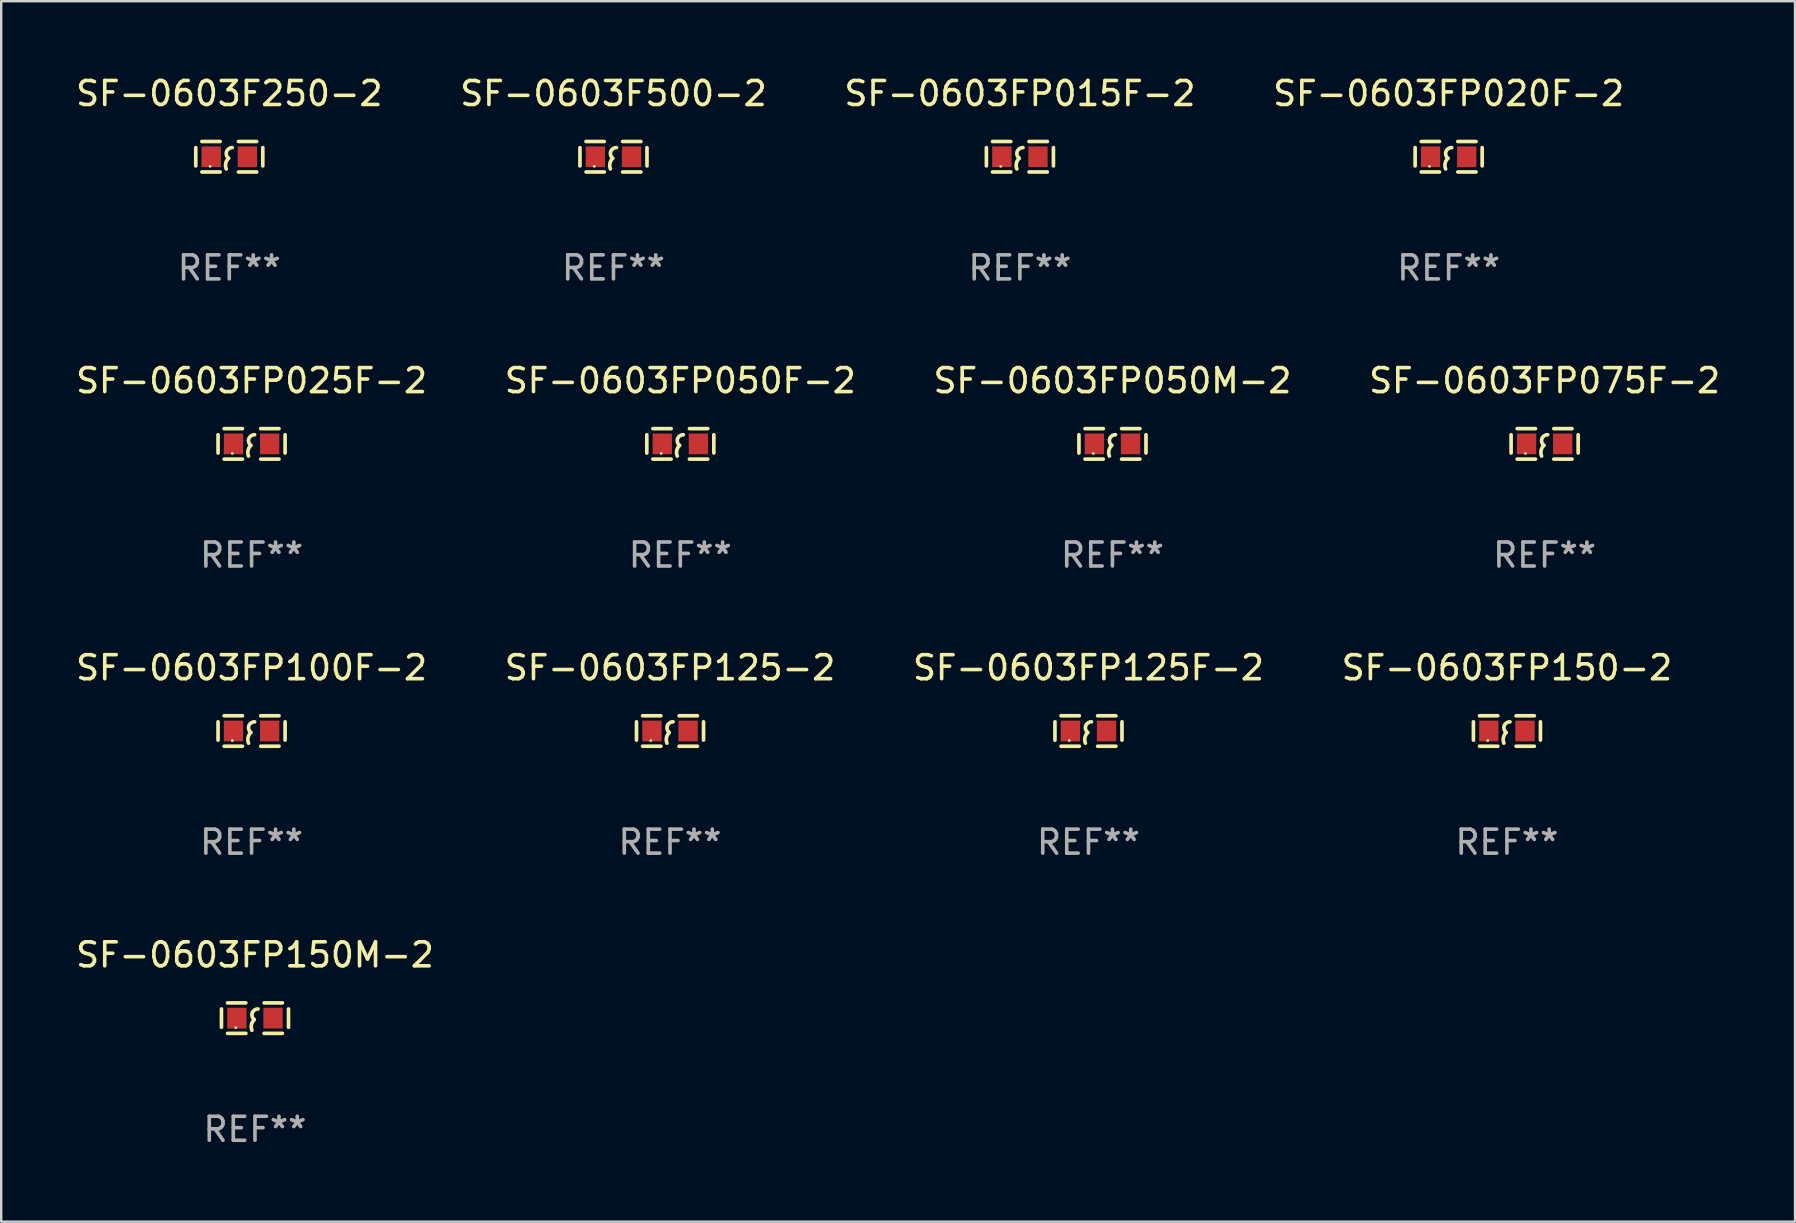
<source format=kicad_pcb>
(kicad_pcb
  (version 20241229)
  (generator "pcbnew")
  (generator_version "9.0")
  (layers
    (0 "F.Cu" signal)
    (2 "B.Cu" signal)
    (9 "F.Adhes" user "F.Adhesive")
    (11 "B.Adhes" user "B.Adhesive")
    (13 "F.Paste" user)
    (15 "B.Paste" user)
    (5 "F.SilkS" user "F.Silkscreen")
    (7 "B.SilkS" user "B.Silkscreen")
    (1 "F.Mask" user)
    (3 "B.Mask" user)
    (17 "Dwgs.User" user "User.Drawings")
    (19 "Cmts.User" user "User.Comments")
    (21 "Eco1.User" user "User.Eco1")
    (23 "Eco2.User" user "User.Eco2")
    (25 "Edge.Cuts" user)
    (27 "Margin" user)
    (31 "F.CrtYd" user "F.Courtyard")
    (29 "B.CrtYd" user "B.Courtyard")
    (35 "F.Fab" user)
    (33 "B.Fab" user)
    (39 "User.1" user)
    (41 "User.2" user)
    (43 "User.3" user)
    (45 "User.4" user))
  (footprint "SF-0603FP075F-2"
    (layer "F.Cu")
    (at 61.327 15.45)
    (property "Reference" "SF-0603FP075F-2" (at 0 -2.635 0) (layer "F.SilkS") (effects (font (size 1 1) (thickness 0.15))))
    (attr through_hole)
    (fp_line (start -1.397 -0.381) (end -1.397 0.381) (stroke (width 0.152) (type solid)) (layer "F.SilkS"))
    (fp_line (start -0.381 -0.635) (end -1.143 -0.635) (stroke (width 0.152) (type solid)) (layer "F.SilkS"))
    (fp_line (start -0.381 0.635) (end -1.143 0.635) (stroke (width 0.152) (type solid)) (layer "F.SilkS"))
    (fp_line (start 0.381 -0.635) (end 1.143 -0.635) (stroke (width 0.152) (type solid)) (layer "F.SilkS"))
    (fp_line (start 0.381 0.635) (end 1.143 0.635) (stroke (width 0.152) (type solid)) (layer "F.SilkS"))
    (fp_line (start 1.397 -0.381) (end 1.397 0.381) (stroke (width 0.152) (type solid)) (layer "F.SilkS"))
    (fp_arc (start -0.127 0.508001) (mid -0.146523 0.271131) (end -0.030861 0.0635) (stroke (width 0.151994) (type solid)) (layer "F.SilkS"))
    (fp_arc (start -0.03175 0.0635) (mid -0.113571 -0.216321) (end 0.127001 -0.381002) (stroke (width 0.151994) (type solid)) (layer "F.SilkS"))
    (fp_circle (center -0.8 0.4) (end -0.77 0.4) (stroke (width 0.06) (type solid)) (fill no) (layer "F.SilkS"))
    (fp_text user "REF**" (at 0 4.635 0) (layer "F.Fab") (effects (font (size 1 1) (thickness 0.15))))
    (pad "1" smd rect (at -0.753 0) (size 0.806 0.864) (layers "F.Cu" "F.Mask" "F.Paste"))
    (pad "2" smd rect (at 0.753 0) (size 0.806 0.864) (layers "F.Cu" "F.Mask" "F.Paste")))
  (footprint "SF-0603FP025F-2"
    (layer "F.Cu")
    (at 7.435 15.45)
    (property "Reference" "SF-0603FP025F-2" (at 0 -2.635 0) (layer "F.SilkS") (effects (font (size 1 1) (thickness 0.15))))
    (attr through_hole)
    (fp_line (start -1.397 -0.381) (end -1.397 0.381) (stroke (width 0.152) (type solid)) (layer "F.SilkS"))
    (fp_line (start -0.381 -0.635) (end -1.143 -0.635) (stroke (width 0.152) (type solid)) (layer "F.SilkS"))
    (fp_line (start -0.381 0.635) (end -1.143 0.635) (stroke (width 0.152) (type solid)) (layer "F.SilkS"))
    (fp_line (start 0.381 -0.635) (end 1.143 -0.635) (stroke (width 0.152) (type solid)) (layer "F.SilkS"))
    (fp_line (start 0.381 0.635) (end 1.143 0.635) (stroke (width 0.152) (type solid)) (layer "F.SilkS"))
    (fp_line (start 1.397 -0.381) (end 1.397 0.381) (stroke (width 0.152) (type solid)) (layer "F.SilkS"))
    (fp_arc (start -0.127 0.508001) (mid -0.146523 0.271131) (end -0.030861 0.0635) (stroke (width 0.151994) (type solid)) (layer "F.SilkS"))
    (fp_arc (start -0.03175 0.0635) (mid -0.113571 -0.216321) (end 0.127001 -0.381002) (stroke (width 0.151994) (type solid)) (layer "F.SilkS"))
    (fp_circle (center -0.8 0.4) (end -0.77 0.4) (stroke (width 0.06) (type solid)) (fill no) (layer "F.SilkS"))
    (fp_text user "REF**" (at 0 4.635 0) (layer "F.Fab") (effects (font (size 1 1) (thickness 0.15))))
    (pad "1" smd rect (at -0.753 0) (size 0.806 0.864) (layers "F.Cu" "F.Mask" "F.Paste"))
    (pad "2" smd rect (at 0.753 0) (size 0.806 0.864) (layers "F.Cu" "F.Mask" "F.Paste")))
  (footprint "SF-0603FP150M-2"
    (layer "F.Cu")
    (at 7.577 39.383)
    (property "Reference" "SF-0603FP150M-2" (at 0 -2.635 0) (layer "F.SilkS") (effects (font (size 1 1) (thickness 0.15))))
    (attr through_hole)
    (fp_line (start -1.397 -0.381) (end -1.397 0.381) (stroke (width 0.152) (type solid)) (layer "F.SilkS"))
    (fp_line (start -0.381 -0.635) (end -1.143 -0.635) (stroke (width 0.152) (type solid)) (layer "F.SilkS"))
    (fp_line (start -0.381 0.635) (end -1.143 0.635) (stroke (width 0.152) (type solid)) (layer "F.SilkS"))
    (fp_line (start 0.381 -0.635) (end 1.143 -0.635) (stroke (width 0.152) (type solid)) (layer "F.SilkS"))
    (fp_line (start 0.381 0.635) (end 1.143 0.635) (stroke (width 0.152) (type solid)) (layer "F.SilkS"))
    (fp_line (start 1.397 -0.381) (end 1.397 0.381) (stroke (width 0.152) (type solid)) (layer "F.SilkS"))
    (fp_arc (start -0.127 0.508001) (mid -0.146523 0.271131) (end -0.030861 0.0635) (stroke (width 0.151994) (type solid)) (layer "F.SilkS"))
    (fp_arc (start -0.03175 0.0635) (mid -0.113571 -0.216321) (end 0.127001 -0.381002) (stroke (width 0.151994) (type solid)) (layer "F.SilkS"))
    (fp_circle (center -0.8 0.4) (end -0.77 0.4) (stroke (width 0.06) (type solid)) (fill no) (layer "F.SilkS"))
    (fp_text user "REF**" (at 0 4.635 0) (layer "F.Fab") (effects (font (size 1 1) (thickness 0.15))))
    (pad "1" smd rect (at -0.753 0) (size 0.806 0.864) (layers "F.Cu" "F.Mask" "F.Paste"))
    (pad "2" smd rect (at 0.753 0) (size 0.806 0.864) (layers "F.Cu" "F.Mask" "F.Paste")))
  (footprint "SF-0603FP020F-2"
    (layer "F.Cu")
    (at 57.327 3.483)
    (property "Reference" "SF-0603FP020F-2" (at 0 -2.635 0) (layer "F.SilkS") (effects (font (size 1 1) (thickness 0.15))))
    (attr through_hole)
    (fp_line (start -1.397 -0.381) (end -1.397 0.381) (stroke (width 0.152) (type solid)) (layer "F.SilkS"))
    (fp_line (start -0.381 -0.635) (end -1.143 -0.635) (stroke (width 0.152) (type solid)) (layer "F.SilkS"))
    (fp_line (start -0.381 0.635) (end -1.143 0.635) (stroke (width 0.152) (type solid)) (layer "F.SilkS"))
    (fp_line (start 0.381 -0.635) (end 1.143 -0.635) (stroke (width 0.152) (type solid)) (layer "F.SilkS"))
    (fp_line (start 0.381 0.635) (end 1.143 0.635) (stroke (width 0.152) (type solid)) (layer "F.SilkS"))
    (fp_line (start 1.397 -0.381) (end 1.397 0.381) (stroke (width 0.152) (type solid)) (layer "F.SilkS"))
    (fp_arc (start -0.127 0.508001) (mid -0.146523 0.271131) (end -0.030861 0.0635) (stroke (width 0.151994) (type solid)) (layer "F.SilkS"))
    (fp_arc (start -0.03175 0.0635) (mid -0.113571 -0.216321) (end 0.127001 -0.381002) (stroke (width 0.151994) (type solid)) (layer "F.SilkS"))
    (fp_circle (center -0.8 0.4) (end -0.77 0.4) (stroke (width 0.06) (type solid)) (fill no) (layer "F.SilkS"))
    (fp_text user "REF**" (at 0 4.635 0) (layer "F.Fab") (effects (font (size 1 1) (thickness 0.15))))
    (pad "1" smd rect (at -0.753 0) (size 0.806 0.864) (layers "F.Cu" "F.Mask" "F.Paste"))
    (pad "2" smd rect (at 0.753 0) (size 0.806 0.864) (layers "F.Cu" "F.Mask" "F.Paste")))
  (footprint "SF-0603FP100F-2"
    (layer "F.Cu")
    (at 7.435 27.416)
    (property "Reference" "SF-0603FP100F-2" (at 0 -2.635 0) (layer "F.SilkS") (effects (font (size 1 1) (thickness 0.15))))
    (attr through_hole)
    (fp_line (start -1.397 -0.381) (end -1.397 0.381) (stroke (width 0.152) (type solid)) (layer "F.SilkS"))
    (fp_line (start -0.381 -0.635) (end -1.143 -0.635) (stroke (width 0.152) (type solid)) (layer "F.SilkS"))
    (fp_line (start -0.381 0.635) (end -1.143 0.635) (stroke (width 0.152) (type solid)) (layer "F.SilkS"))
    (fp_line (start 0.381 -0.635) (end 1.143 -0.635) (stroke (width 0.152) (type solid)) (layer "F.SilkS"))
    (fp_line (start 0.381 0.635) (end 1.143 0.635) (stroke (width 0.152) (type solid)) (layer "F.SilkS"))
    (fp_line (start 1.397 -0.381) (end 1.397 0.381) (stroke (width 0.152) (type solid)) (layer "F.SilkS"))
    (fp_arc (start -0.127 0.508001) (mid -0.146523 0.271131) (end -0.030861 0.0635) (stroke (width 0.151994) (type solid)) (layer "F.SilkS"))
    (fp_arc (start -0.03175 0.0635) (mid -0.113571 -0.216321) (end 0.127001 -0.381002) (stroke (width 0.151994) (type solid)) (layer "F.SilkS"))
    (fp_circle (center -0.8 0.4) (end -0.77 0.4) (stroke (width 0.06) (type solid)) (fill no) (layer "F.SilkS"))
    (fp_text user "REF**" (at 0 4.635 0) (layer "F.Fab") (effects (font (size 1 1) (thickness 0.15))))
    (pad "1" smd rect (at -0.753 0) (size 0.806 0.864) (layers "F.Cu" "F.Mask" "F.Paste"))
    (pad "2" smd rect (at 0.753 0) (size 0.806 0.864) (layers "F.Cu" "F.Mask" "F.Paste")))
  (footprint "SF-0603FP125-2"
    (layer "F.Cu")
    (at 24.875 27.416)
    (property "Reference" "SF-0603FP125-2" (at 0 -2.635 0) (layer "F.SilkS") (effects (font (size 1 1) (thickness 0.15))))
    (attr through_hole)
    (fp_line (start -1.397 -0.381) (end -1.397 0.381) (stroke (width 0.152) (type solid)) (layer "F.SilkS"))
    (fp_line (start -0.381 -0.635) (end -1.143 -0.635) (stroke (width 0.152) (type solid)) (layer "F.SilkS"))
    (fp_line (start -0.381 0.635) (end -1.143 0.635) (stroke (width 0.152) (type solid)) (layer "F.SilkS"))
    (fp_line (start 0.381 -0.635) (end 1.143 -0.635) (stroke (width 0.152) (type solid)) (layer "F.SilkS"))
    (fp_line (start 0.381 0.635) (end 1.143 0.635) (stroke (width 0.152) (type solid)) (layer "F.SilkS"))
    (fp_line (start 1.397 -0.381) (end 1.397 0.381) (stroke (width 0.152) (type solid)) (layer "F.SilkS"))
    (fp_arc (start -0.127 0.508001) (mid -0.146523 0.271131) (end -0.030861 0.0635) (stroke (width 0.151994) (type solid)) (layer "F.SilkS"))
    (fp_arc (start -0.03175 0.0635) (mid -0.113571 -0.216321) (end 0.127001 -0.381002) (stroke (width 0.151994) (type solid)) (layer "F.SilkS"))
    (fp_circle (center -0.8 0.4) (end -0.77 0.4) (stroke (width 0.06) (type solid)) (fill no) (layer "F.SilkS"))
    (fp_text user "REF**" (at 0 4.635 0) (layer "F.Fab") (effects (font (size 1 1) (thickness 0.15))))
    (pad "1" smd rect (at -0.753 0) (size 0.806 0.864) (layers "F.Cu" "F.Mask" "F.Paste"))
    (pad "2" smd rect (at 0.753 0) (size 0.806 0.864) (layers "F.Cu" "F.Mask" "F.Paste")))
  (footprint "SF-0603FP150-2"
    (layer "F.Cu")
    (at 59.756 27.416)
    (property "Reference" "SF-0603FP150-2" (at 0 -2.635 0) (layer "F.SilkS") (effects (font (size 1 1) (thickness 0.15))))
    (attr through_hole)
    (fp_line (start -1.397 -0.381) (end -1.397 0.381) (stroke (width 0.152) (type solid)) (layer "F.SilkS"))
    (fp_line (start -0.381 -0.635) (end -1.143 -0.635) (stroke (width 0.152) (type solid)) (layer "F.SilkS"))
    (fp_line (start -0.381 0.635) (end -1.143 0.635) (stroke (width 0.152) (type solid)) (layer "F.SilkS"))
    (fp_line (start 0.381 -0.635) (end 1.143 -0.635) (stroke (width 0.152) (type solid)) (layer "F.SilkS"))
    (fp_line (start 0.381 0.635) (end 1.143 0.635) (stroke (width 0.152) (type solid)) (layer "F.SilkS"))
    (fp_line (start 1.397 -0.381) (end 1.397 0.381) (stroke (width 0.152) (type solid)) (layer "F.SilkS"))
    (fp_arc (start -0.127 0.508001) (mid -0.146523 0.271131) (end -0.030861 0.0635) (stroke (width 0.151994) (type solid)) (layer "F.SilkS"))
    (fp_arc (start -0.03175 0.0635) (mid -0.113571 -0.216321) (end 0.127001 -0.381002) (stroke (width 0.151994) (type solid)) (layer "F.SilkS"))
    (fp_circle (center -0.8 0.4) (end -0.77 0.4) (stroke (width 0.06) (type solid)) (fill no) (layer "F.SilkS"))
    (fp_text user "REF**" (at 0 4.635 0) (layer "F.Fab") (effects (font (size 1 1) (thickness 0.15))))
    (pad "1" smd rect (at -0.753 0) (size 0.806 0.864) (layers "F.Cu" "F.Mask" "F.Paste"))
    (pad "2" smd rect (at 0.753 0) (size 0.806 0.864) (layers "F.Cu" "F.Mask" "F.Paste")))
  (footprint "SF-0603F500-2"
    (layer "F.Cu")
    (at 22.518 3.483)
    (property "Reference" "SF-0603F500-2" (at 0 -2.635 0) (layer "F.SilkS") (effects (font (size 1 1) (thickness 0.15))))
    (attr through_hole)
    (fp_line (start -1.397 -0.381) (end -1.397 0.381) (stroke (width 0.152) (type solid)) (layer "F.SilkS"))
    (fp_line (start -0.381 -0.635) (end -1.143 -0.635) (stroke (width 0.152) (type solid)) (layer "F.SilkS"))
    (fp_line (start -0.381 0.635) (end -1.143 0.635) (stroke (width 0.152) (type solid)) (layer "F.SilkS"))
    (fp_line (start 0.381 -0.635) (end 1.143 -0.635) (stroke (width 0.152) (type solid)) (layer "F.SilkS"))
    (fp_line (start 0.381 0.635) (end 1.143 0.635) (stroke (width 0.152) (type solid)) (layer "F.SilkS"))
    (fp_line (start 1.397 -0.381) (end 1.397 0.381) (stroke (width 0.152) (type solid)) (layer "F.SilkS"))
    (fp_arc (start -0.127 0.508001) (mid -0.146523 0.271131) (end -0.030861 0.0635) (stroke (width 0.151994) (type solid)) (layer "F.SilkS"))
    (fp_arc (start -0.03175 0.0635) (mid -0.113571 -0.216321) (end 0.127001 -0.381002) (stroke (width 0.151994) (type solid)) (layer "F.SilkS"))
    (fp_circle (center -0.8 0.4) (end -0.77 0.4) (stroke (width 0.06) (type solid)) (fill no) (layer "F.SilkS"))
    (fp_text user "REF**" (at 0 4.635 0) (layer "F.Fab") (effects (font (size 1 1) (thickness 0.15))))
    (pad "1" smd rect (at -0.753 0) (size 0.806 0.864) (layers "F.Cu" "F.Mask" "F.Paste"))
    (pad "2" smd rect (at 0.753 0) (size 0.806 0.864) (layers "F.Cu" "F.Mask" "F.Paste")))
  (footprint "SF-0603FP050F-2"
    (layer "F.Cu")
    (at 25.304 15.45)
    (property "Reference" "SF-0603FP050F-2" (at 0 -2.635 0) (layer "F.SilkS") (effects (font (size 1 1) (thickness 0.15))))
    (attr through_hole)
    (fp_line (start -1.397 -0.381) (end -1.397 0.381) (stroke (width 0.152) (type solid)) (layer "F.SilkS"))
    (fp_line (start -0.381 -0.635) (end -1.143 -0.635) (stroke (width 0.152) (type solid)) (layer "F.SilkS"))
    (fp_line (start -0.381 0.635) (end -1.143 0.635) (stroke (width 0.152) (type solid)) (layer "F.SilkS"))
    (fp_line (start 0.381 -0.635) (end 1.143 -0.635) (stroke (width 0.152) (type solid)) (layer "F.SilkS"))
    (fp_line (start 0.381 0.635) (end 1.143 0.635) (stroke (width 0.152) (type solid)) (layer "F.SilkS"))
    (fp_line (start 1.397 -0.381) (end 1.397 0.381) (stroke (width 0.152) (type solid)) (layer "F.SilkS"))
    (fp_arc (start -0.127 0.508001) (mid -0.146523 0.271131) (end -0.030861 0.0635) (stroke (width 0.151994) (type solid)) (layer "F.SilkS"))
    (fp_arc (start -0.03175 0.0635) (mid -0.113571 -0.216321) (end 0.127001 -0.381002) (stroke (width 0.151994) (type solid)) (layer "F.SilkS"))
    (fp_circle (center -0.8 0.4) (end -0.77 0.4) (stroke (width 0.06) (type solid)) (fill no) (layer "F.SilkS"))
    (fp_text user "REF**" (at 0 4.635 0) (layer "F.Fab") (effects (font (size 1 1) (thickness 0.15))))
    (pad "1" smd rect (at -0.753 0) (size 0.806 0.864) (layers "F.Cu" "F.Mask" "F.Paste"))
    (pad "2" smd rect (at 0.753 0) (size 0.806 0.864) (layers "F.Cu" "F.Mask" "F.Paste")))
  (footprint "SF-0603FP015F-2"
    (layer "F.Cu")
    (at 39.458 3.483)
    (property "Reference" "SF-0603FP015F-2" (at 0 -2.635 0) (layer "F.SilkS") (effects (font (size 1 1) (thickness 0.15))))
    (attr through_hole)
    (fp_line (start -1.397 -0.381) (end -1.397 0.381) (stroke (width 0.152) (type solid)) (layer "F.SilkS"))
    (fp_line (start -0.381 -0.635) (end -1.143 -0.635) (stroke (width 0.152) (type solid)) (layer "F.SilkS"))
    (fp_line (start -0.381 0.635) (end -1.143 0.635) (stroke (width 0.152) (type solid)) (layer "F.SilkS"))
    (fp_line (start 0.381 -0.635) (end 1.143 -0.635) (stroke (width 0.152) (type solid)) (layer "F.SilkS"))
    (fp_line (start 0.381 0.635) (end 1.143 0.635) (stroke (width 0.152) (type solid)) (layer "F.SilkS"))
    (fp_line (start 1.397 -0.381) (end 1.397 0.381) (stroke (width 0.152) (type solid)) (layer "F.SilkS"))
    (fp_arc (start -0.127 0.508001) (mid -0.146523 0.271131) (end -0.030861 0.0635) (stroke (width 0.151994) (type solid)) (layer "F.SilkS"))
    (fp_arc (start -0.03175 0.0635) (mid -0.113571 -0.216321) (end 0.127001 -0.381002) (stroke (width 0.151994) (type solid)) (layer "F.SilkS"))
    (fp_circle (center -0.8 0.4) (end -0.77 0.4) (stroke (width 0.06) (type solid)) (fill no) (layer "F.SilkS"))
    (fp_text user "REF**" (at 0 4.635 0) (layer "F.Fab") (effects (font (size 1 1) (thickness 0.15))))
    (pad "1" smd rect (at -0.753 0) (size 0.806 0.864) (layers "F.Cu" "F.Mask" "F.Paste"))
    (pad "2" smd rect (at 0.753 0) (size 0.806 0.864) (layers "F.Cu" "F.Mask" "F.Paste")))
  (footprint "SF-0603FP050M-2"
    (layer "F.Cu")
    (at 43.315 15.45)
    (property "Reference" "SF-0603FP050M-2" (at 0 -2.635 0) (layer "F.SilkS") (effects (font (size 1 1) (thickness 0.15))))
    (attr through_hole)
    (fp_line (start -1.397 -0.381) (end -1.397 0.381) (stroke (width 0.152) (type solid)) (layer "F.SilkS"))
    (fp_line (start -0.381 -0.635) (end -1.143 -0.635) (stroke (width 0.152) (type solid)) (layer "F.SilkS"))
    (fp_line (start -0.381 0.635) (end -1.143 0.635) (stroke (width 0.152) (type solid)) (layer "F.SilkS"))
    (fp_line (start 0.381 -0.635) (end 1.143 -0.635) (stroke (width 0.152) (type solid)) (layer "F.SilkS"))
    (fp_line (start 0.381 0.635) (end 1.143 0.635) (stroke (width 0.152) (type solid)) (layer "F.SilkS"))
    (fp_line (start 1.397 -0.381) (end 1.397 0.381) (stroke (width 0.152) (type solid)) (layer "F.SilkS"))
    (fp_arc (start -0.127 0.508001) (mid -0.146523 0.271131) (end -0.030861 0.0635) (stroke (width 0.151994) (type solid)) (layer "F.SilkS"))
    (fp_arc (start -0.03175 0.0635) (mid -0.113571 -0.216321) (end 0.127001 -0.381002) (stroke (width 0.151994) (type solid)) (layer "F.SilkS"))
    (fp_circle (center -0.8 0.4) (end -0.77 0.4) (stroke (width 0.06) (type solid)) (fill no) (layer "F.SilkS"))
    (fp_text user "REF**" (at 0 4.635 0) (layer "F.Fab") (effects (font (size 1 1) (thickness 0.15))))
    (pad "1" smd rect (at -0.753 0) (size 0.806 0.864) (layers "F.Cu" "F.Mask" "F.Paste"))
    (pad "2" smd rect (at 0.753 0) (size 0.806 0.864) (layers "F.Cu" "F.Mask" "F.Paste")))
  (footprint "SF-0603F250-2"
    (layer "F.Cu")
    (at 6.506 3.483)
    (property "Reference" "SF-0603F250-2" (at 0 -2.635 0) (layer "F.SilkS") (effects (font (size 1 1) (thickness 0.15))))
    (attr through_hole)
    (fp_line (start -1.397 -0.381) (end -1.397 0.381) (stroke (width 0.152) (type solid)) (layer "F.SilkS"))
    (fp_line (start -0.381 -0.635) (end -1.143 -0.635) (stroke (width 0.152) (type solid)) (layer "F.SilkS"))
    (fp_line (start -0.381 0.635) (end -1.143 0.635) (stroke (width 0.152) (type solid)) (layer "F.SilkS"))
    (fp_line (start 0.381 -0.635) (end 1.143 -0.635) (stroke (width 0.152) (type solid)) (layer "F.SilkS"))
    (fp_line (start 0.381 0.635) (end 1.143 0.635) (stroke (width 0.152) (type solid)) (layer "F.SilkS"))
    (fp_line (start 1.397 -0.381) (end 1.397 0.381) (stroke (width 0.152) (type solid)) (layer "F.SilkS"))
    (fp_arc (start -0.127 0.508001) (mid -0.146523 0.271131) (end -0.030861 0.0635) (stroke (width 0.151994) (type solid)) (layer "F.SilkS"))
    (fp_arc (start -0.03175 0.0635) (mid -0.113571 -0.216321) (end 0.127001 -0.381002) (stroke (width 0.151994) (type solid)) (layer "F.SilkS"))
    (fp_circle (center -0.8 0.4) (end -0.77 0.4) (stroke (width 0.06) (type solid)) (fill no) (layer "F.SilkS"))
    (fp_text user "REF**" (at 0 4.635 0) (layer "F.Fab") (effects (font (size 1 1) (thickness 0.15))))
    (pad "1" smd rect (at -0.753 0) (size 0.806 0.864) (layers "F.Cu" "F.Mask" "F.Paste"))
    (pad "2" smd rect (at 0.753 0) (size 0.806 0.864) (layers "F.Cu" "F.Mask" "F.Paste")))
  (footprint "SF-0603FP125F-2"
    (layer "F.Cu")
    (at 42.315 27.416)
    (property "Reference" "SF-0603FP125F-2" (at 0 -2.635 0) (layer "F.SilkS") (effects (font (size 1 1) (thickness 0.15))))
    (attr through_hole)
    (fp_line (start -1.397 -0.381) (end -1.397 0.381) (stroke (width 0.152) (type solid)) (layer "F.SilkS"))
    (fp_line (start -0.381 -0.635) (end -1.143 -0.635) (stroke (width 0.152) (type solid)) (layer "F.SilkS"))
    (fp_line (start -0.381 0.635) (end -1.143 0.635) (stroke (width 0.152) (type solid)) (layer "F.SilkS"))
    (fp_line (start 0.381 -0.635) (end 1.143 -0.635) (stroke (width 0.152) (type solid)) (layer "F.SilkS"))
    (fp_line (start 0.381 0.635) (end 1.143 0.635) (stroke (width 0.152) (type solid)) (layer "F.SilkS"))
    (fp_line (start 1.397 -0.381) (end 1.397 0.381) (stroke (width 0.152) (type solid)) (layer "F.SilkS"))
    (fp_arc (start -0.127 0.508001) (mid -0.146523 0.271131) (end -0.030861 0.0635) (stroke (width 0.151994) (type solid)) (layer "F.SilkS"))
    (fp_arc (start -0.03175 0.0635) (mid -0.113571 -0.216321) (end 0.127001 -0.381002) (stroke (width 0.151994) (type solid)) (layer "F.SilkS"))
    (fp_circle (center -0.8 0.4) (end -0.77 0.4) (stroke (width 0.06) (type solid)) (fill no) (layer "F.SilkS"))
    (fp_text user "REF**" (at 0 4.635 0) (layer "F.Fab") (effects (font (size 1 1) (thickness 0.15))))
    (pad "1" smd rect (at -0.753 0) (size 0.806 0.864) (layers "F.Cu" "F.Mask" "F.Paste"))
    (pad "2" smd rect (at 0.753 0) (size 0.806 0.864) (layers "F.Cu" "F.Mask" "F.Paste")))
  (gr_rect
    (start -3 -3)
    (end 71.762 47.866)
    (stroke (width 0.1) (type default))
    (fill no)
    (layer "Edge.Cuts")))
</source>
